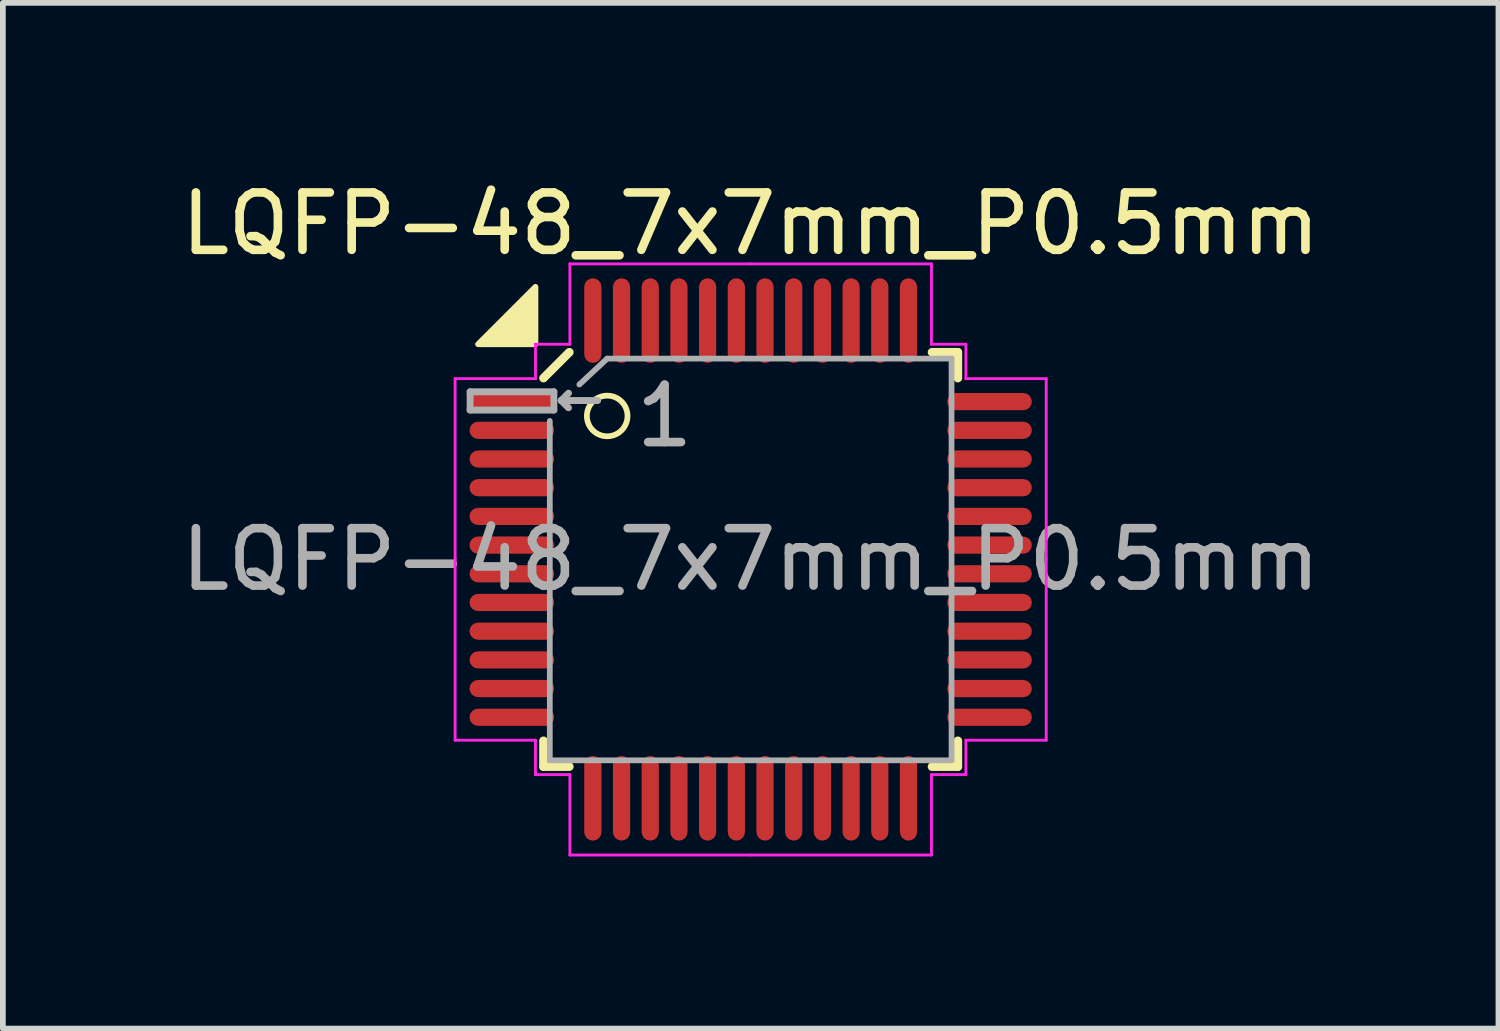
<source format=kicad_pcb>
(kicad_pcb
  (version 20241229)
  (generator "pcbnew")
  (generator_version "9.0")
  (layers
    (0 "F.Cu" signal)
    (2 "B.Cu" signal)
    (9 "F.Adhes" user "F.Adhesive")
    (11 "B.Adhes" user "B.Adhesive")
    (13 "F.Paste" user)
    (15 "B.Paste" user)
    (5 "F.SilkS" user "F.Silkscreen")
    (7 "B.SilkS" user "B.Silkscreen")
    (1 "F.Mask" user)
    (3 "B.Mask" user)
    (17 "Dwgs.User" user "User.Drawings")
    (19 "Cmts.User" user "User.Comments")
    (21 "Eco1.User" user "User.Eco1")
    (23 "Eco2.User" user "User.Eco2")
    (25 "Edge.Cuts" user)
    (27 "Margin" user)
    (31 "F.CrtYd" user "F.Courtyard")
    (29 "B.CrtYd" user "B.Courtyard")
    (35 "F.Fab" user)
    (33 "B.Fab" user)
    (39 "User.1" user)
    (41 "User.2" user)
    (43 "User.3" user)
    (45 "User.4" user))
  (footprint "LQFP-48_7x7mm_P0.5mm"
    (layer "F.Cu")
    (at 10.03 6.698)
    (property "Reference" "LQFP-48_7x7mm_P0.5mm" (at 0 -5.85 0) (layer "F.SilkS") (effects (font (size 1 1) (thickness 0.15))))
    (attr smd)
    (fp_line (start -3.61 -3.16) (end -3.16 -3.61) (stroke (width 0.15) (type solid)) (layer "F.SilkS"))
    (fp_line (start -3.61 3.61) (end -3.61 3.16) (stroke (width 0.15) (type solid)) (layer "F.SilkS"))
    (fp_line (start -3.16 3.61) (end -3.61 3.61) (stroke (width 0.15) (type solid)) (layer "F.SilkS"))
    (fp_line (start 3.16 -3.61) (end 3.61 -3.61) (stroke (width 0.15) (type solid)) (layer "F.SilkS"))
    (fp_line (start 3.16 3.61) (end 3.61 3.61) (stroke (width 0.15) (type solid)) (layer "F.SilkS"))
    (fp_line (start 3.61 -3.61) (end 3.61 -3.16) (stroke (width 0.15) (type solid)) (layer "F.SilkS"))
    (fp_line (start 3.61 3.61) (end 3.61 3.16) (stroke (width 0.15) (type solid)) (layer "F.SilkS"))
    (fp_circle (center -2.5 -2.5) (end -2.146 -2.5) (stroke (width 0.1) (type solid)) (fill no) (layer "F.SilkS"))
    (fp_poly (pts (xy -3.75 -3.75) (xy -3.75 -4.75) (xy -4.75 -3.75)) (stroke (width 0.1) (type solid)) (fill yes) (layer "F.SilkS"))
    (fp_line (start -5.15 -3.15) (end -5.15 0) (stroke (width 0.05) (type solid)) (layer "F.CrtYd"))
    (fp_line (start -5.15 3.15) (end -5.15 0) (stroke (width 0.05) (type solid)) (layer "F.CrtYd"))
    (fp_line (start -3.75 -3.75) (end -3.75 -3.15) (stroke (width 0.05) (type solid)) (layer "F.CrtYd"))
    (fp_line (start -3.75 -3.15) (end -5.15 -3.15) (stroke (width 0.05) (type solid)) (layer "F.CrtYd"))
    (fp_line (start -3.75 3.15) (end -5.15 3.15) (stroke (width 0.05) (type solid)) (layer "F.CrtYd"))
    (fp_line (start -3.75 3.75) (end -3.75 3.15) (stroke (width 0.05) (type solid)) (layer "F.CrtYd"))
    (fp_line (start -3.15 -5.15) (end -3.15 -3.75) (stroke (width 0.05) (type solid)) (layer "F.CrtYd"))
    (fp_line (start -3.15 -3.75) (end -3.75 -3.75) (stroke (width 0.05) (type solid)) (layer "F.CrtYd"))
    (fp_line (start -3.15 3.75) (end -3.75 3.75) (stroke (width 0.05) (type solid)) (layer "F.CrtYd"))
    (fp_line (start -3.15 5.15) (end -3.15 3.75) (stroke (width 0.05) (type solid)) (layer "F.CrtYd"))
    (fp_line (start 0 -5.15) (end -3.15 -5.15) (stroke (width 0.05) (type solid)) (layer "F.CrtYd"))
    (fp_line (start 0 -5.15) (end 3.15 -5.15) (stroke (width 0.05) (type solid)) (layer "F.CrtYd"))
    (fp_line (start 0 5.15) (end -3.15 5.15) (stroke (width 0.05) (type solid)) (layer "F.CrtYd"))
    (fp_line (start 0 5.15) (end 3.15 5.15) (stroke (width 0.05) (type solid)) (layer "F.CrtYd"))
    (fp_line (start 3.15 -5.15) (end 3.15 -3.75) (stroke (width 0.05) (type solid)) (layer "F.CrtYd"))
    (fp_line (start 3.15 -3.75) (end 3.75 -3.75) (stroke (width 0.05) (type solid)) (layer "F.CrtYd"))
    (fp_line (start 3.15 3.75) (end 3.75 3.75) (stroke (width 0.05) (type solid)) (layer "F.CrtYd"))
    (fp_line (start 3.15 5.15) (end 3.15 3.75) (stroke (width 0.05) (type solid)) (layer "F.CrtYd"))
    (fp_line (start 3.75 -3.75) (end 3.75 -3.15) (stroke (width 0.05) (type solid)) (layer "F.CrtYd"))
    (fp_line (start 3.75 -3.15) (end 5.15 -3.15) (stroke (width 0.05) (type solid)) (layer "F.CrtYd"))
    (fp_line (start 3.75 3.15) (end 5.15 3.15) (stroke (width 0.05) (type solid)) (layer "F.CrtYd"))
    (fp_line (start 3.75 3.75) (end 3.75 3.15) (stroke (width 0.05) (type solid)) (layer "F.CrtYd"))
    (fp_line (start 5.15 -3.15) (end 5.15 0) (stroke (width 0.05) (type solid)) (layer "F.CrtYd"))
    (fp_line (start 5.15 3.15) (end 5.15 0) (stroke (width 0.05) (type solid)) (layer "F.CrtYd"))
    (fp_line (start -4.889 -2.921) (end -4.889 -2.603) (stroke (width 0.12) (type solid)) (layer "F.Fab"))
    (fp_line (start -4.889 -2.603) (end -3.429 -2.603) (stroke (width 0.12) (type solid)) (layer "F.Fab"))
    (fp_line (start -3.5 3.5) (end -3.5 -2.413) (stroke (width 0.1) (type solid)) (layer "F.Fab"))
    (fp_line (start -3.429 -2.921) (end -4.889 -2.921) (stroke (width 0.12) (type solid)) (layer "F.Fab"))
    (fp_line (start -3.429 -2.603) (end -3.429 -2.921) (stroke (width 0.12) (type solid)) (layer "F.Fab"))
    (fp_line (start -3.301 -2.769) (end -3.174 -2.897) (stroke (width 0.12) (type solid)) (layer "F.Fab"))
    (fp_line (start -3.301 -2.769) (end -3.174 -2.643) (stroke (width 0.12) (type solid)) (layer "F.Fab"))
    (fp_line (start -3.301 -2.769) (end -2.666 -2.769) (stroke (width 0.12) (type solid)) (layer "F.Fab"))
    (fp_line (start -2.985 -3.048) (end -2.5 -3.5) (stroke (width 0.1) (type solid)) (layer "F.Fab"))
    (fp_line (start -2.5 -3.5) (end 3.5 -3.5) (stroke (width 0.1) (type solid)) (layer "F.Fab"))
    (fp_line (start 3.5 -3.5) (end 3.5 3.5) (stroke (width 0.1) (type solid)) (layer "F.Fab"))
    (fp_line (start 3.5 3.5) (end -3.5 3.5) (stroke (width 0.1) (type solid)) (layer "F.Fab"))
    (fp_text user "1" (at -1.5 -2.5 0) (layer "F.Fab") (effects (font (size 1 1) (thickness 0.15))))
    (fp_text user "${REFERENCE}" (at 0 0 0) (layer "F.Fab") (effects (font (size 1 1) (thickness 0.15))))
    (pad "1" smd rect (at -4.162 -2.75) (size 1.475 0.3) (layers "F.Cu" "F.Mask" "F.Paste"))
    (pad "2" smd roundrect (at -4.162 -2.25) (size 1.475 0.3) (layers "F.Cu" "F.Mask" "F.Paste") (roundrect_rratio 0.5))
    (pad "3" smd roundrect (at -4.162 -1.75) (size 1.475 0.3) (layers "F.Cu" "F.Mask" "F.Paste") (roundrect_rratio 0.5))
    (pad "4" smd roundrect (at -4.162 -1.25) (size 1.475 0.3) (layers "F.Cu" "F.Mask" "F.Paste") (roundrect_rratio 0.5))
    (pad "5" smd roundrect (at -4.162 -0.75) (size 1.475 0.3) (layers "F.Cu" "F.Mask" "F.Paste") (roundrect_rratio 0.5))
    (pad "6" smd roundrect (at -4.162 -0.25) (size 1.475 0.3) (layers "F.Cu" "F.Mask" "F.Paste") (roundrect_rratio 0.5))
    (pad "7" smd roundrect (at -4.162 0.25) (size 1.475 0.3) (layers "F.Cu" "F.Mask" "F.Paste") (roundrect_rratio 0.5))
    (pad "8" smd roundrect (at -4.162 0.75) (size 1.475 0.3) (layers "F.Cu" "F.Mask" "F.Paste") (roundrect_rratio 0.5))
    (pad "9" smd roundrect (at -4.162 1.25) (size 1.475 0.3) (layers "F.Cu" "F.Mask" "F.Paste") (roundrect_rratio 0.5))
    (pad "10" smd roundrect (at -4.162 1.75) (size 1.475 0.3) (layers "F.Cu" "F.Mask" "F.Paste") (roundrect_rratio 0.5))
    (pad "11" smd roundrect (at -4.162 2.25) (size 1.475 0.3) (layers "F.Cu" "F.Mask" "F.Paste") (roundrect_rratio 0.5))
    (pad "12" smd roundrect (at -4.162 2.75) (size 1.475 0.3) (layers "F.Cu" "F.Mask" "F.Paste") (roundrect_rratio 0.5))
    (pad "13" smd roundrect (at -2.75 4.162) (size 0.3 1.475) (layers "F.Cu" "F.Mask" "F.Paste") (roundrect_rratio 0.5))
    (pad "14" smd roundrect (at -2.25 4.162) (size 0.3 1.475) (layers "F.Cu" "F.Mask" "F.Paste") (roundrect_rratio 0.5))
    (pad "15" smd roundrect (at -1.75 4.162) (size 0.3 1.475) (layers "F.Cu" "F.Mask" "F.Paste") (roundrect_rratio 0.5))
    (pad "16" smd roundrect (at -1.25 4.162) (size 0.3 1.475) (layers "F.Cu" "F.Mask" "F.Paste") (roundrect_rratio 0.5))
    (pad "17" smd roundrect (at -0.75 4.162) (size 0.3 1.475) (layers "F.Cu" "F.Mask" "F.Paste") (roundrect_rratio 0.5))
    (pad "18" smd roundrect (at -0.25 4.162) (size 0.3 1.475) (layers "F.Cu" "F.Mask" "F.Paste") (roundrect_rratio 0.5))
    (pad "19" smd roundrect (at 0.25 4.162) (size 0.3 1.475) (layers "F.Cu" "F.Mask" "F.Paste") (roundrect_rratio 0.5))
    (pad "20" smd roundrect (at 0.75 4.162) (size 0.3 1.475) (layers "F.Cu" "F.Mask" "F.Paste") (roundrect_rratio 0.5))
    (pad "21" smd roundrect (at 1.25 4.162) (size 0.3 1.475) (layers "F.Cu" "F.Mask" "F.Paste") (roundrect_rratio 0.5))
    (pad "22" smd roundrect (at 1.75 4.162) (size 0.3 1.475) (layers "F.Cu" "F.Mask" "F.Paste") (roundrect_rratio 0.5))
    (pad "23" smd roundrect (at 2.25 4.162) (size 0.3 1.475) (layers "F.Cu" "F.Mask" "F.Paste") (roundrect_rratio 0.5))
    (pad "24" smd roundrect (at 2.75 4.162) (size 0.3 1.475) (layers "F.Cu" "F.Mask" "F.Paste") (roundrect_rratio 0.5))
    (pad "25" smd roundrect (at 4.162 2.75) (size 1.475 0.3) (layers "F.Cu" "F.Mask" "F.Paste") (roundrect_rratio 0.5))
    (pad "26" smd roundrect (at 4.162 2.25) (size 1.475 0.3) (layers "F.Cu" "F.Mask" "F.Paste") (roundrect_rratio 0.5))
    (pad "27" smd roundrect (at 4.162 1.75) (size 1.475 0.3) (layers "F.Cu" "F.Mask" "F.Paste") (roundrect_rratio 0.5))
    (pad "28" smd roundrect (at 4.162 1.25) (size 1.475 0.3) (layers "F.Cu" "F.Mask" "F.Paste") (roundrect_rratio 0.5))
    (pad "29" smd roundrect (at 4.162 0.75) (size 1.475 0.3) (layers "F.Cu" "F.Mask" "F.Paste") (roundrect_rratio 0.5))
    (pad "30" smd roundrect (at 4.162 0.25) (size 1.475 0.3) (layers "F.Cu" "F.Mask" "F.Paste") (roundrect_rratio 0.5))
    (pad "31" smd roundrect (at 4.162 -0.25) (size 1.475 0.3) (layers "F.Cu" "F.Mask" "F.Paste") (roundrect_rratio 0.5))
    (pad "32" smd roundrect (at 4.162 -0.75) (size 1.475 0.3) (layers "F.Cu" "F.Mask" "F.Paste") (roundrect_rratio 0.5))
    (pad "33" smd roundrect (at 4.162 -1.25) (size 1.475 0.3) (layers "F.Cu" "F.Mask" "F.Paste") (roundrect_rratio 0.5))
    (pad "34" smd roundrect (at 4.162 -1.75) (size 1.475 0.3) (layers "F.Cu" "F.Mask" "F.Paste") (roundrect_rratio 0.5))
    (pad "35" smd roundrect (at 4.162 -2.25) (size 1.475 0.3) (layers "F.Cu" "F.Mask" "F.Paste") (roundrect_rratio 0.5))
    (pad "36" smd roundrect (at 4.162 -2.75) (size 1.475 0.3) (layers "F.Cu" "F.Mask" "F.Paste") (roundrect_rratio 0.5))
    (pad "37" smd roundrect (at 2.75 -4.162) (size 0.3 1.475) (layers "F.Cu" "F.Mask" "F.Paste") (roundrect_rratio 0.5))
    (pad "38" smd roundrect (at 2.25 -4.162) (size 0.3 1.475) (layers "F.Cu" "F.Mask" "F.Paste") (roundrect_rratio 0.5))
    (pad "39" smd roundrect (at 1.75 -4.162) (size 0.3 1.475) (layers "F.Cu" "F.Mask" "F.Paste") (roundrect_rratio 0.5))
    (pad "40" smd roundrect (at 1.25 -4.162) (size 0.3 1.475) (layers "F.Cu" "F.Mask" "F.Paste") (roundrect_rratio 0.5))
    (pad "41" smd roundrect (at 0.75 -4.162) (size 0.3 1.475) (layers "F.Cu" "F.Mask" "F.Paste") (roundrect_rratio 0.5))
    (pad "42" smd roundrect (at 0.25 -4.162) (size 0.3 1.475) (layers "F.Cu" "F.Mask" "F.Paste") (roundrect_rratio 0.5))
    (pad "43" smd roundrect (at -0.25 -4.162) (size 0.3 1.475) (layers "F.Cu" "F.Mask" "F.Paste") (roundrect_rratio 0.5))
    (pad "44" smd roundrect (at -0.75 -4.162) (size 0.3 1.475) (layers "F.Cu" "F.Mask" "F.Paste") (roundrect_rratio 0.5))
    (pad "45" smd roundrect (at -1.25 -4.162) (size 0.3 1.475) (layers "F.Cu" "F.Mask" "F.Paste") (roundrect_rratio 0.5))
    (pad "46" smd roundrect (at -1.75 -4.162) (size 0.3 1.475) (layers "F.Cu" "F.Mask" "F.Paste") (roundrect_rratio 0.5))
    (pad "47" smd roundrect (at -2.25 -4.162) (size 0.3 1.475) (layers "F.Cu" "F.Mask" "F.Paste") (roundrect_rratio 0.5))
    (pad "48" smd roundrect (at -2.75 -4.162) (size 0.3 1.475) (layers "F.Cu" "F.Mask" "F.Paste") (roundrect_rratio 0.5)))
  (gr_rect
    (start -3 -3)
    (end 23.06 14.873)
    (stroke (width 0.1) (type default))
    (fill no)
    (layer "Edge.Cuts")))
</source>
